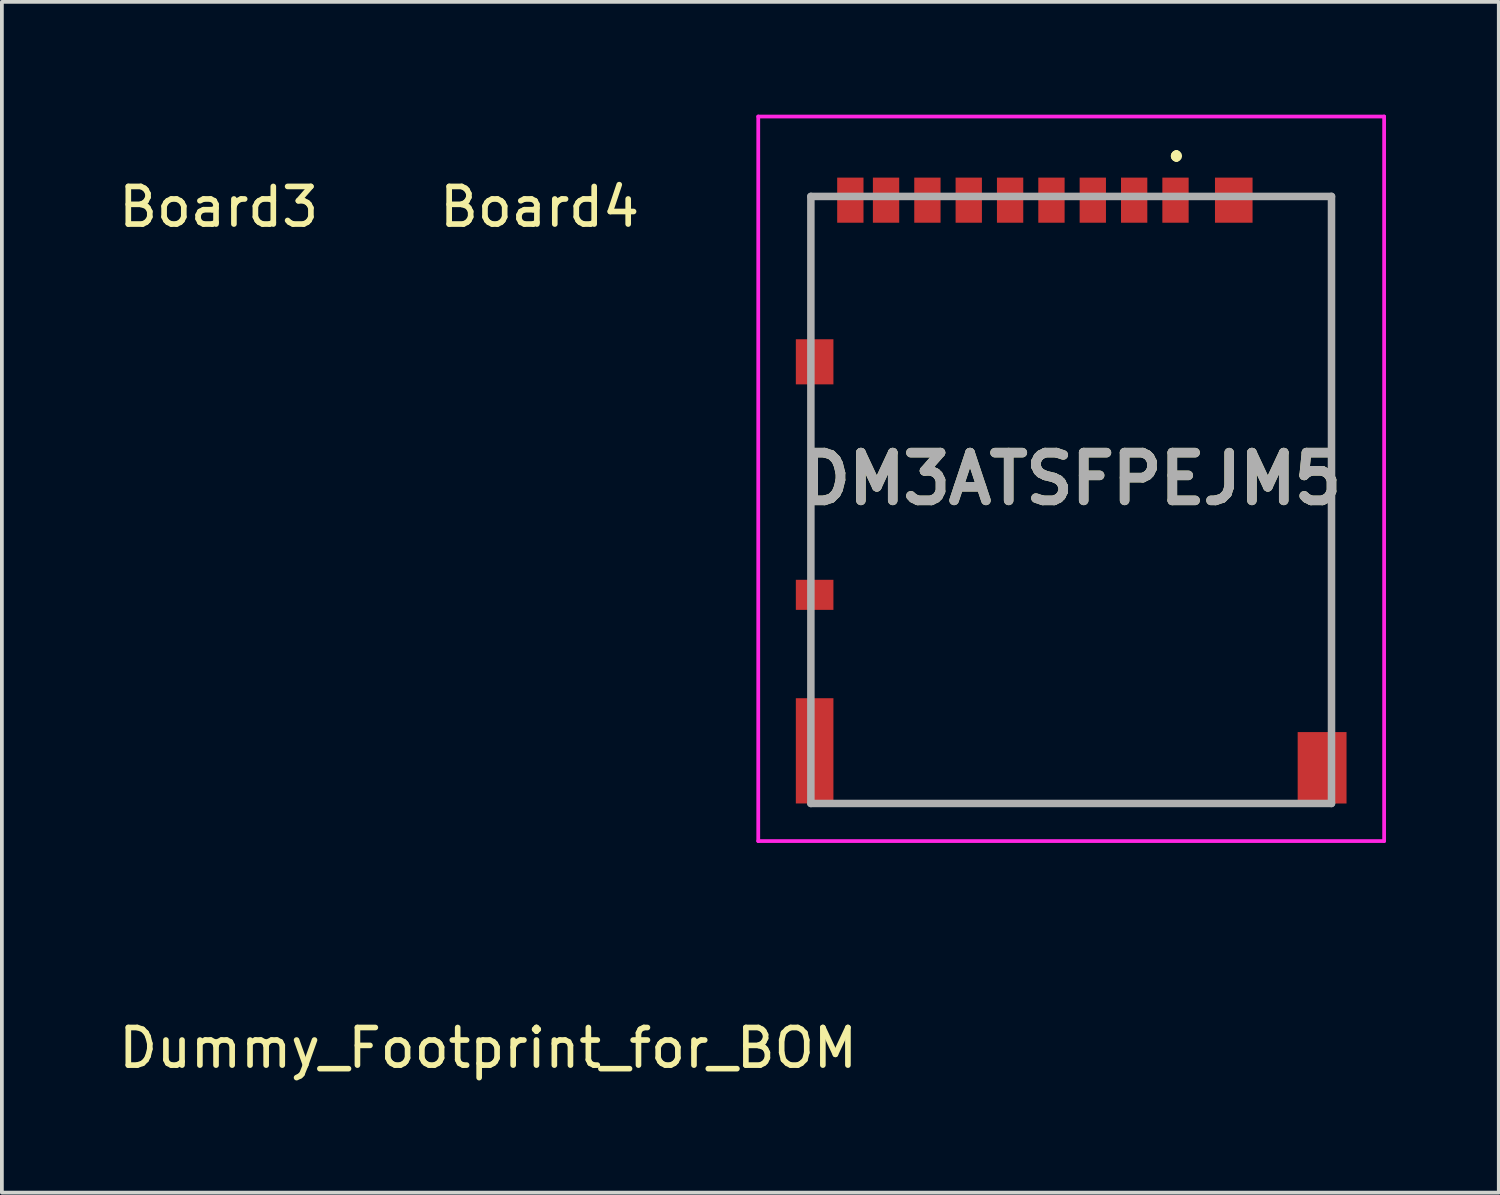
<source format=kicad_pcb>
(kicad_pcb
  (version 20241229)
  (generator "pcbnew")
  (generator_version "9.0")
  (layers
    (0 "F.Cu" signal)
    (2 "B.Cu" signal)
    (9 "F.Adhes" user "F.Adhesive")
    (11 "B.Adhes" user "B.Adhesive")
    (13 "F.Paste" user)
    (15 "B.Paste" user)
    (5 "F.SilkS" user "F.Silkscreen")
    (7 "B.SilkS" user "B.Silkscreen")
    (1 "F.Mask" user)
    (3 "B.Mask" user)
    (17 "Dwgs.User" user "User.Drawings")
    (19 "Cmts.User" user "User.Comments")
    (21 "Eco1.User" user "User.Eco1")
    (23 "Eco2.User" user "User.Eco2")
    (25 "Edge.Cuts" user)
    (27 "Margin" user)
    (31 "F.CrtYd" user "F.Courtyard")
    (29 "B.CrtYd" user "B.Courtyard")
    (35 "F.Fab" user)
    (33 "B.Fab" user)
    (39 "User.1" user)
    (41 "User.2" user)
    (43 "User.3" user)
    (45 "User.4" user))
  (footprint "Dummy_Footprint_for_BOM"
    (layer "F.Cu")
    (at 9.935 22.924)
    (property "Reference" "Dummy_Footprint_for_BOM" (at 0 1.905 0) (layer "F.SilkS") (effects (font (size 1 1) (thickness 0.15))))
    (attr exclude_from_pos_files exclude_from_bom)
    (fp_poly (pts (xy -0.5 -0.5) (xy 0.5 -0.5) (xy 0.5 0.5) (xy -0.5 0.5)) (stroke (width 0.1) (type solid)) (fill no) (layer "Eco1.User")))
  (footprint "Board4"
    (layer "F.Cu")
    (at 11.304 0.55)
    (property "Reference" "Board4" (at 0 1.905 0) (layer "F.SilkS") (effects (font (size 1 1) (thickness 0.15))))
    (attr exclude_from_pos_files exclude_from_bom)
    (fp_poly (pts (xy -0.5 -0.5) (xy 0.5 -0.5) (xy 0.5 0.5) (xy -0.5 0.5)) (stroke (width 0.1) (type solid)) (fill no) (layer "Eco1.User")))
  (footprint "Board3"
    (layer "F.Cu")
    (at 2.768 0.55)
    (property "Reference" "Board3" (at 0 1.905 0) (layer "F.SilkS") (effects (font (size 1 1) (thickness 0.15))))
    (attr exclude_from_pos_files exclude_from_bom)
    (fp_poly (pts (xy -0.5 -0.5) (xy 0.5 -0.5) (xy 0.5 0.5) (xy -0.5 0.5)) (stroke (width 0.1) (type solid)) (fill no) (layer "Eco1.User")))
  (footprint "DM3ATSFPEJM5"
    (layer "F.Cu")
    (at 25.446 9.687)
    (property "Reference" "DM3ATSFPEJM5" (at 0 0 0) (layer "F.SilkS") (effects (font (size 1.27 1.27) (thickness 0.254))))
    (attr smd)
    (fp_line (start -6.925 -7.512) (end -6.925 -4.438) (stroke (width 0.1) (type solid)) (layer "F.SilkS"))
    (fp_line (start -6.925 -1.938) (end -6.925 2.063) (stroke (width 0.1) (type solid)) (layer "F.SilkS"))
    (fp_line (start -6.925 4.063) (end -6.925 5.313) (stroke (width 0.1) (type solid)) (layer "F.SilkS"))
    (fp_line (start 2.8 -8.637) (end 2.8 -8.637) (stroke (width 0.2) (type solid)) (layer "F.SilkS"))
    (fp_line (start 2.8 -8.637) (end 2.8 -8.637) (stroke (width 0.2) (type solid)) (layer "F.SilkS"))
    (fp_line (start 2.8 -8.537) (end 2.8 -8.537) (stroke (width 0.2) (type solid)) (layer "F.SilkS"))
    (fp_line (start 5.5 -7.512) (end 6.925 -7.512) (stroke (width 0.1) (type solid)) (layer "F.SilkS"))
    (fp_line (start 5.5 8.637) (end -5.75 8.637) (stroke (width 0.1) (type solid)) (layer "F.SilkS"))
    (fp_line (start 6.925 -7.512) (end 6.925 6.313) (stroke (width 0.1) (type solid)) (layer "F.SilkS"))
    (fp_arc (start 2.8 -8.637) (mid 2.85 -8.587) (end 2.8 -8.537) (stroke (width 0.2) (type solid)) (layer "F.SilkS"))
    (fp_arc (start 2.8 -8.537) (mid 2.75 -8.587) (end 2.8 -8.637) (stroke (width 0.2) (type solid)) (layer "F.SilkS"))
    (fp_arc (start 2.8 -8.537) (mid 2.75 -8.587) (end 2.8 -8.637) (stroke (width 0.2) (type solid)) (layer "F.SilkS"))
    (fp_line (start -8.325 -9.637) (end 8.325 -9.637) (stroke (width 0.1) (type solid)) (layer "F.CrtYd"))
    (fp_line (start -8.325 9.637) (end -8.325 -9.637) (stroke (width 0.1) (type solid)) (layer "F.CrtYd"))
    (fp_line (start 8.325 -9.637) (end 8.325 9.637) (stroke (width 0.1) (type solid)) (layer "F.CrtYd"))
    (fp_line (start 8.325 9.637) (end -8.325 9.637) (stroke (width 0.1) (type solid)) (layer "F.CrtYd"))
    (fp_line (start -6.925 -7.512) (end 6.925 -7.512) (stroke (width 0.2) (type solid)) (layer "F.Fab"))
    (fp_line (start -6.925 8.637) (end -6.925 -7.512) (stroke (width 0.2) (type solid)) (layer "F.Fab"))
    (fp_line (start 6.925 -7.512) (end 6.925 8.637) (stroke (width 0.2) (type solid)) (layer "F.Fab"))
    (fp_line (start 6.925 8.637) (end -6.925 8.637) (stroke (width 0.2) (type solid)) (layer "F.Fab"))
    (fp_text user "${REFERENCE}" (at 0 0 0) (layer "F.Fab") (effects (font (size 1.27 1.27) (thickness 0.254))))
    (pad "1" smd rect (at 2.775 -7.412) (size 0.7 1.2) (layers "F.Cu" "F.Mask" "F.Paste"))
    (pad "2" smd rect (at 1.675 -7.412) (size 0.7 1.2) (layers "F.Cu" "F.Mask" "F.Paste"))
    (pad "3" smd rect (at 0.575 -7.412) (size 0.7 1.2) (layers "F.Cu" "F.Mask" "F.Paste"))
    (pad "4" smd rect (at -0.525 -7.412) (size 0.7 1.2) (layers "F.Cu" "F.Mask" "F.Paste"))
    (pad "5" smd rect (at -1.625 -7.412) (size 0.7 1.2) (layers "F.Cu" "F.Mask" "F.Paste"))
    (pad "6" smd rect (at -2.725 -7.412) (size 0.7 1.2) (layers "F.Cu" "F.Mask" "F.Paste"))
    (pad "7" smd rect (at -3.825 -7.412) (size 0.7 1.2) (layers "F.Cu" "F.Mask" "F.Paste"))
    (pad "8" smd rect (at -4.925 -7.412) (size 0.7 1.2) (layers "F.Cu" "F.Mask" "F.Paste"))
    (pad "MP1" smd rect (at 4.325 -7.412) (size 1 1.2) (layers "F.Cu" "F.Mask" "F.Paste"))
    (pad "MP2" smd rect (at -5.875 -7.412) (size 0.7 1.2) (layers "F.Cu" "F.Mask" "F.Paste"))
    (pad "MP3" smd rect (at -6.825 -3.112) (size 1 1.2) (layers "F.Cu" "F.Mask" "F.Paste"))
    (pad "MP4" smd rect (at -6.825 3.087 90) (size 0.8 1) (layers "F.Cu" "F.Mask" "F.Paste"))
    (pad "MP5" smd rect (at -6.825 7.237) (size 1 2.8) (layers "F.Cu" "F.Mask" "F.Paste"))
    (pad "MP6" smd rect (at 6.675 7.688) (size 1.3 1.9) (layers "F.Cu" "F.Mask" "F.Paste")))
  (gr_rect
    (start -3 -3)
    (end 36.821 28.677)
    (stroke (width 0.1) (type default))
    (fill no)
    (layer "Edge.Cuts")))
</source>
